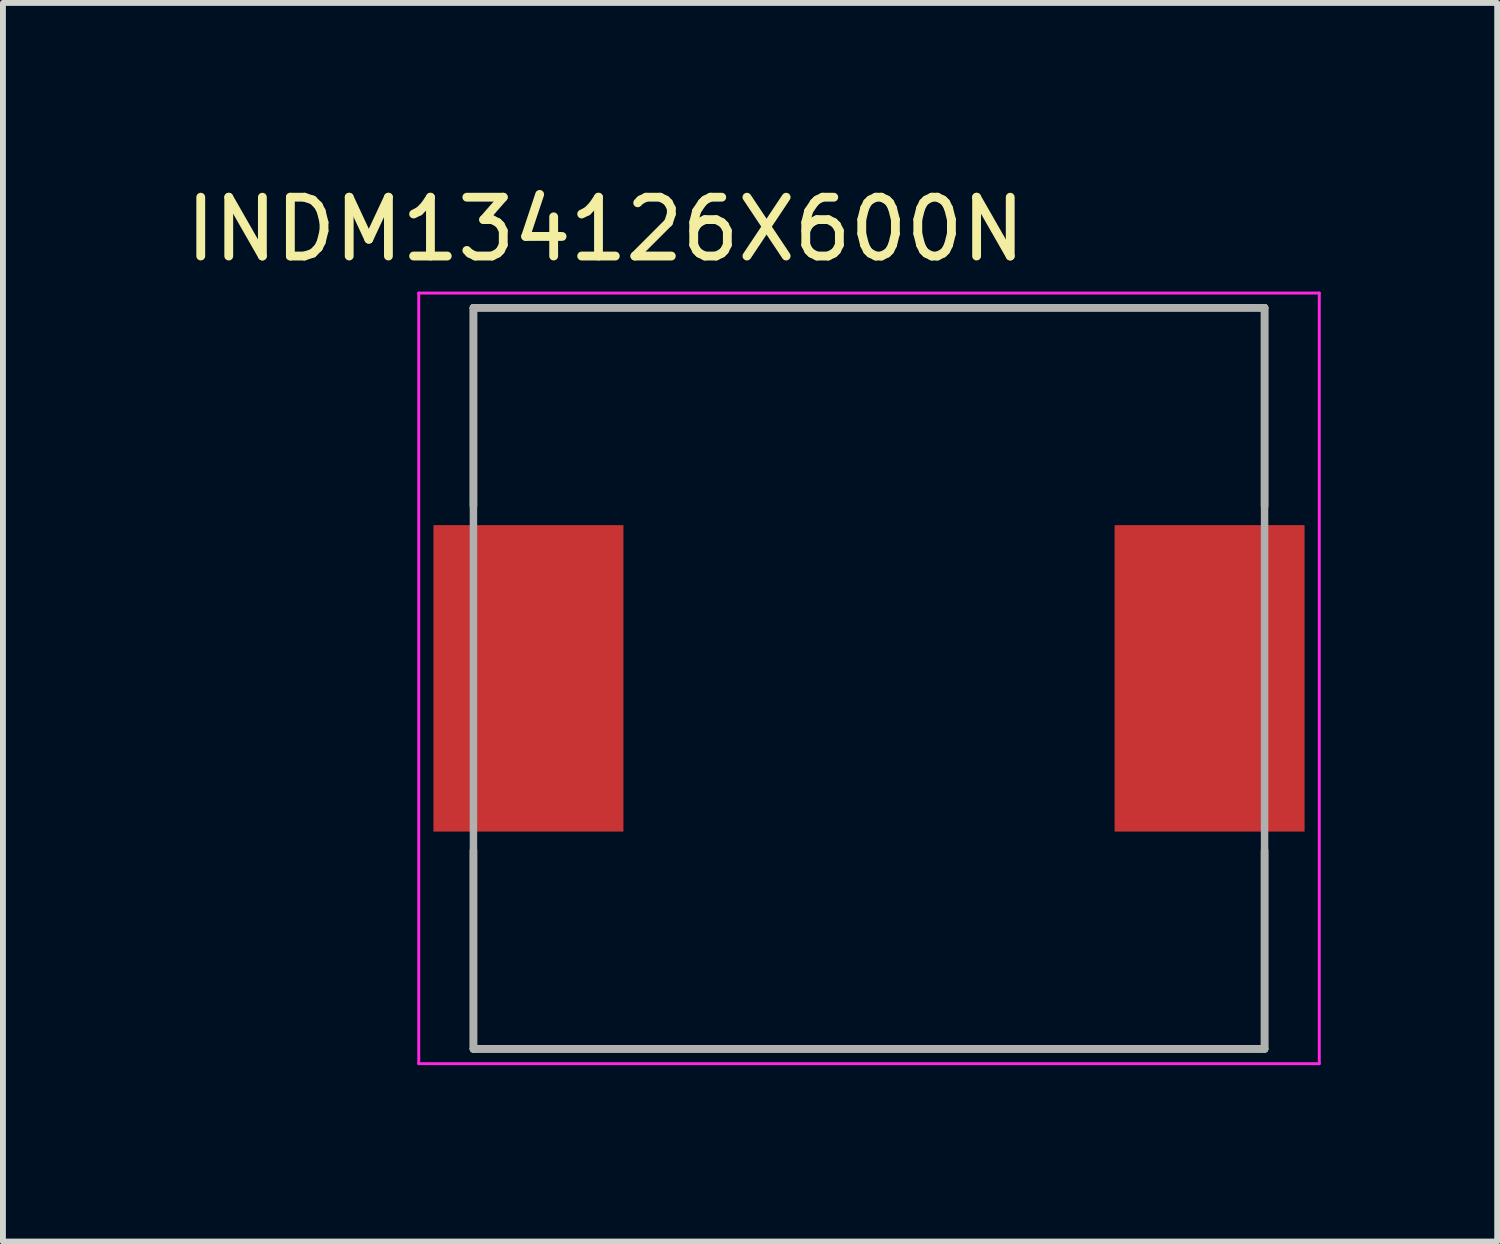
<source format=kicad_pcb>
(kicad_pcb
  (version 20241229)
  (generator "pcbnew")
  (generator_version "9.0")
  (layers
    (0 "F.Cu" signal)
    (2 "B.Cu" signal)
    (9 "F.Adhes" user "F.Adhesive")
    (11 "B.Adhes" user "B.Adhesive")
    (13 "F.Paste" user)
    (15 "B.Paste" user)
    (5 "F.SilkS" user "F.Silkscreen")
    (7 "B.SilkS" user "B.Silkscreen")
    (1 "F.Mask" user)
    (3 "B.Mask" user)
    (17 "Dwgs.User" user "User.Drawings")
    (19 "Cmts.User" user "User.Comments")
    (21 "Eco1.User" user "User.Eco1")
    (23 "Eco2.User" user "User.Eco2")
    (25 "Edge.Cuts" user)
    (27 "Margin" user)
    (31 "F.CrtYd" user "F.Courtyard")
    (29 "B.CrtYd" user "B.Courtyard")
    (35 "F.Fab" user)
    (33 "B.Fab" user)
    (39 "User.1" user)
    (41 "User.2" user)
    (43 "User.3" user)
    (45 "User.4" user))
  (footprint "INDM134126X600N"
    (layer "F.Cu")
    (at 11.724 8.483)
    (property "Reference" "INDM134126X600N" (at -4.48 -7.635 0) (layer "F.SilkS") (effects (font (size 1 1) (thickness 0.15))))
    (attr smd)
    (fp_line (start -6.725 -6.3) (end 6.725 -6.3) (stroke (width 0.127) (type solid)) (layer "F.SilkS"))
    (fp_line (start -6.725 -2.925) (end -6.725 -6.3) (stroke (width 0.127) (type solid)) (layer "F.SilkS"))
    (fp_line (start -6.725 6.3) (end -6.725 2.925) (stroke (width 0.127) (type solid)) (layer "F.SilkS"))
    (fp_line (start 6.725 -6.3) (end 6.725 -2.925) (stroke (width 0.127) (type solid)) (layer "F.SilkS"))
    (fp_line (start 6.725 6.3) (end -6.725 6.3) (stroke (width 0.127) (type solid)) (layer "F.SilkS"))
    (fp_line (start 6.725 6.3) (end 6.725 2.925) (stroke (width 0.127) (type solid)) (layer "F.SilkS"))
    (fp_line (start -7.655 -6.55) (end -7.655 6.55) (stroke (width 0.05) (type solid)) (layer "F.CrtYd"))
    (fp_line (start -7.655 6.55) (end 7.655 6.55) (stroke (width 0.05) (type solid)) (layer "F.CrtYd"))
    (fp_line (start 7.655 -6.55) (end -7.655 -6.55) (stroke (width 0.05) (type solid)) (layer "F.CrtYd"))
    (fp_line (start 7.655 6.55) (end 7.655 -6.55) (stroke (width 0.05) (type solid)) (layer "F.CrtYd"))
    (fp_line (start -6.725 -6.3) (end 6.725 -6.3) (stroke (width 0.127) (type solid)) (layer "F.Fab"))
    (fp_line (start -6.725 6.3) (end -6.725 -6.3) (stroke (width 0.127) (type solid)) (layer "F.Fab"))
    (fp_line (start 6.725 -6.3) (end 6.725 6.3) (stroke (width 0.127) (type solid)) (layer "F.Fab"))
    (fp_line (start 6.725 6.3) (end -6.725 6.3) (stroke (width 0.127) (type solid)) (layer "F.Fab"))
    (pad "1" smd rect (at -5.79 0) (size 3.23 5.21) (layers "F.Cu" "F.Mask" "F.Paste"))
    (pad "2" smd rect (at 5.79 0) (size 3.23 5.21) (layers "F.Cu" "F.Mask" "F.Paste")))
  (gr_rect
    (start -3 -3)
    (end 22.404 18.058)
    (stroke (width 0.1) (type default))
    (fill no)
    (layer "Edge.Cuts")))
</source>
